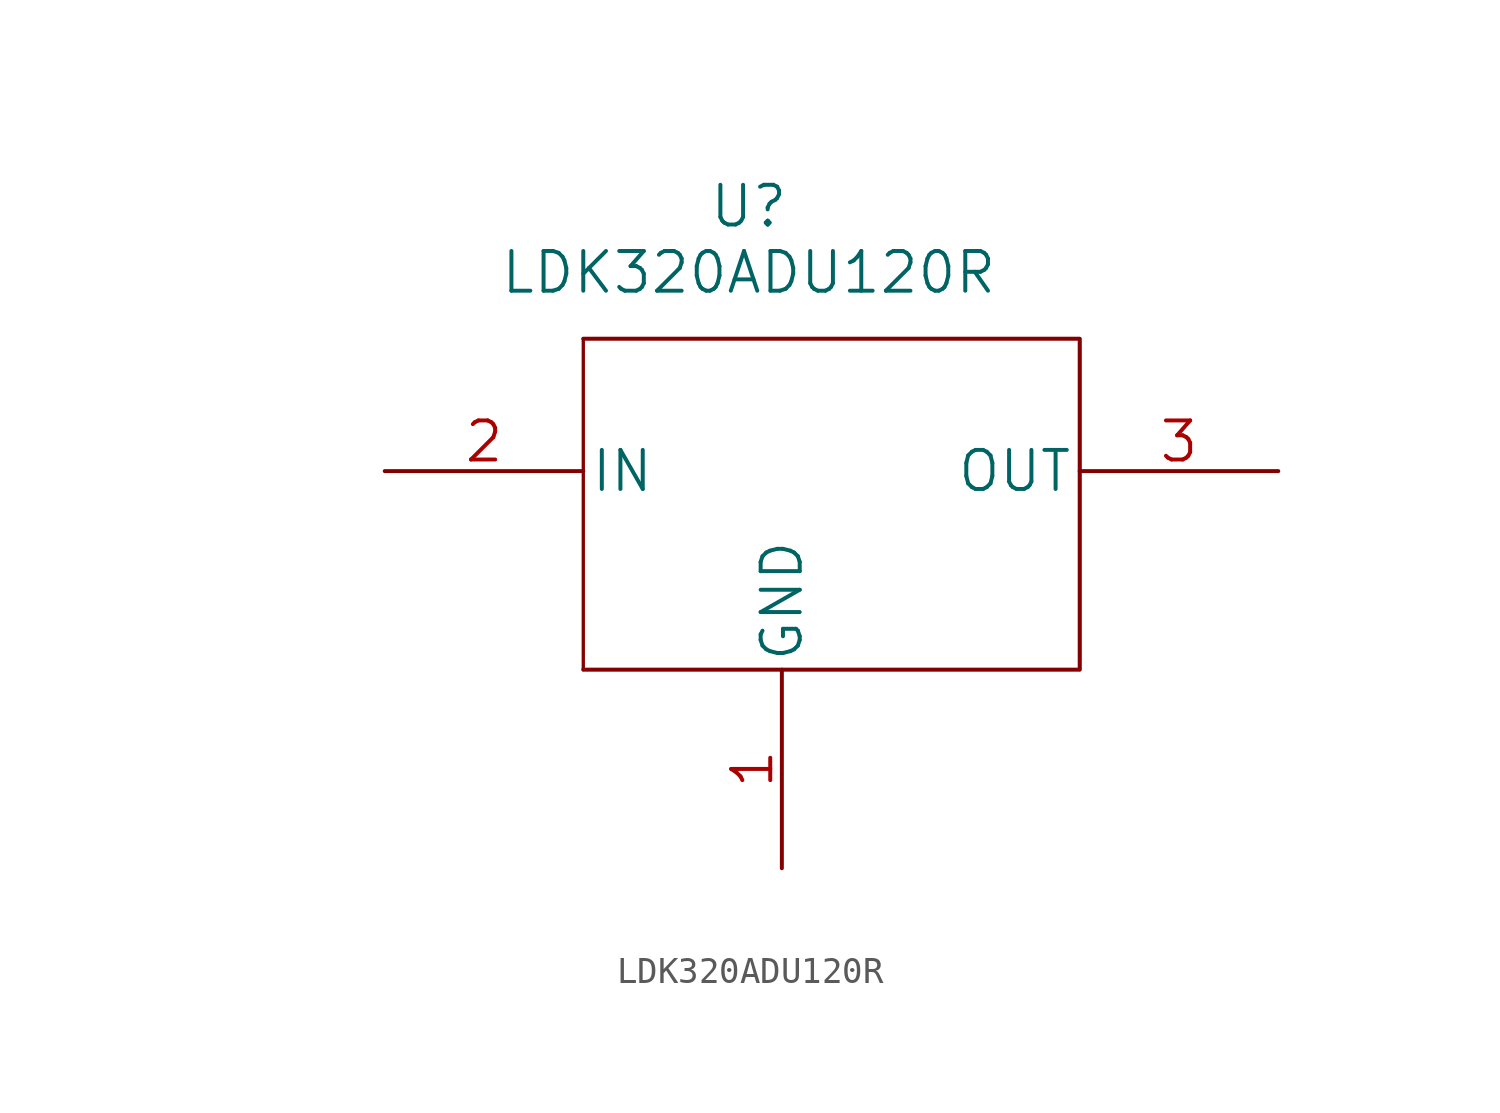
<source format=kicad_sym>
(kicad_symbol_lib
  (version 20211014)
  (generator kicad_symbol_editor)
  (symbol "LDK320ADU120R"
    (pin_names
      (offset 0.254))
    (property "Reference" "U"
      (at 20.32 10.16 0)
      (effects (font (size 1.524 1.524))))
    (property "Value" "LDK320ADU120R"
      (at 20.32 7.62 0)
      (effects (font (size 1.524 1.524))))
    (property "Datasheet" ""
      (at 0 0 0)
      (effects (font (size 1.524 1.524))))
    (symbol "LDK320ADU120R_0_1"
      (polyline (pts (xy 13.97 5.08) (xy 33.02 5.08) (xy 33.02 -7.62) (xy 13.97 -7.62)) (stroke (width 0) (type default) (color 0 0 0 0)) (fill (type none))))
    (symbol "LDK320ADU120R_1_1"
      (polyline (pts (xy 13.97 5.08) (xy 13.97 -7.62)) (stroke (width 0.127) (type default) (color 0 0 0 0)) (fill (type none)))
      (polyline (pts (xy 33.02 -7.62) (xy 33.02 5.08)) (stroke (width 0.127) (type default) (color 0 0 0 0)) (fill (type none)))
      (pin power_in line (at 21.59 -15.24 90) (length 7.62) (name "GND" (effects (font (size 1.499 1.499)))) (number "1" (effects (font (size 1.499 1.499)))))
      (pin input line (at 6.35 0 0) (length 7.62) (name "IN" (effects (font (size 1.499 1.499)))) (number "2" (effects (font (size 1.499 1.499)))))
      (pin power_out line (at 40.64 0 180) (length 7.62) (name "OUT" (effects (font (size 1.499 1.499)))) (number "3" (effects (font (size 1.499 1.499))))))))
</source>
